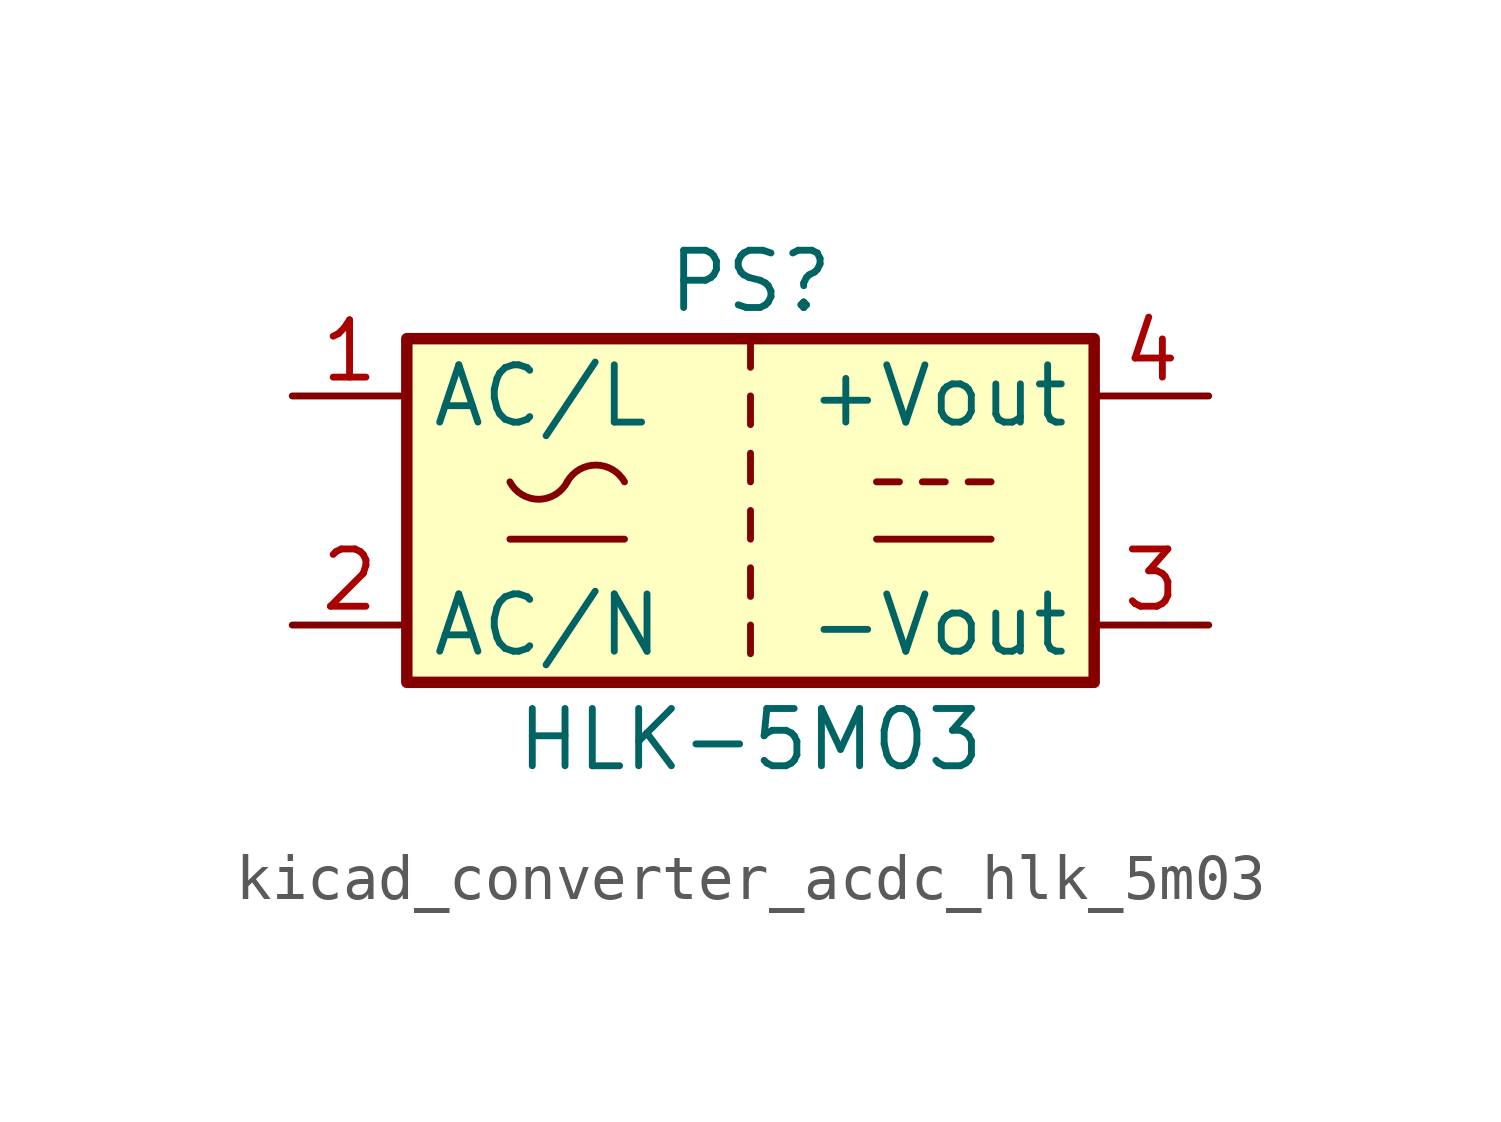
<source format=kicad_sym>
(kicad_symbol_lib
  (version 20220914)
  (generator kicad_symbol_editor)
  (symbol "kicad_converter_acdc_hlk_5m03"
    (property "Reference" "PS"
      (at 0 5.08 0)
      (effects (font (size 1.27 1.27))))
    (property "Value" "HLK-5M03"
      (at 0 -5.08 0)
      (effects (font (size 1.27 1.27))))
    (symbol "kicad_converter_acdc_hlk_5m03_0_1"
      (rectangle (start -7.62 3.81) (end 7.62 -3.81) (stroke (width 0.254) (type default)) (fill (type background)))
      (arc (start -5.334 0.635) (mid -4.699 0.2495) (end -4.064 0.635) (stroke (width 0) (type default)) (fill (type none)))
      (arc (start -2.794 0.635) (mid -3.429 1.0072) (end -4.064 0.635) (stroke (width 0) (type default)) (fill (type none)))
      (polyline (pts (xy -5.334 -0.635) (xy -2.794 -0.635)) (stroke (width 0) (type default)) (fill (type none)))
      (polyline (pts (xy 0 -2.54) (xy 0 -3.175)) (stroke (width 0) (type default)) (fill (type none)))
      (polyline (pts (xy 0 -1.27) (xy 0 -1.905)) (stroke (width 0) (type default)) (fill (type none)))
      (polyline (pts (xy 0 0) (xy 0 -0.635)) (stroke (width 0) (type default)) (fill (type none)))
      (polyline (pts (xy 0 1.27) (xy 0 0.635)) (stroke (width 0) (type default)) (fill (type none)))
      (polyline (pts (xy 0 2.54) (xy 0 1.905)) (stroke (width 0) (type default)) (fill (type none)))
      (polyline (pts (xy 0 3.81) (xy 0 3.175)) (stroke (width 0) (type default)) (fill (type none)))
      (polyline (pts (xy 2.794 -0.635) (xy 5.334 -0.635)) (stroke (width 0) (type default)) (fill (type none)))
      (polyline (pts (xy 2.794 0.635) (xy 3.302 0.635)) (stroke (width 0) (type default)) (fill (type none)))
      (polyline (pts (xy 3.81 0.635) (xy 4.318 0.635)) (stroke (width 0) (type default)) (fill (type none)))
      (polyline (pts (xy 4.826 0.635) (xy 5.334 0.635)) (stroke (width 0) (type default)) (fill (type none))))
    (symbol "kicad_converter_acdc_hlk_5m03_1_1"
      (pin power_in line (at -10.16 2.54 0) (length 2.54) (name "AC/L" (effects (font (size 1.27 1.27)))) (number "1" (effects (font (size 1.27 1.27)))))
      (pin power_in line (at -10.16 -2.54 0) (length 2.54) (name "AC/N" (effects (font (size 1.27 1.27)))) (number "2" (effects (font (size 1.27 1.27)))))
      (pin power_out line (at 10.16 -2.54 180) (length 2.54) (name "-Vout" (effects (font (size 1.27 1.27)))) (number "3" (effects (font (size 1.27 1.27)))))
      (pin power_out line (at 10.16 2.54 180) (length 2.54) (name "+Vout" (effects (font (size 1.27 1.27)))) (number "4" (effects (font (size 1.27 1.27))))))))
</source>
